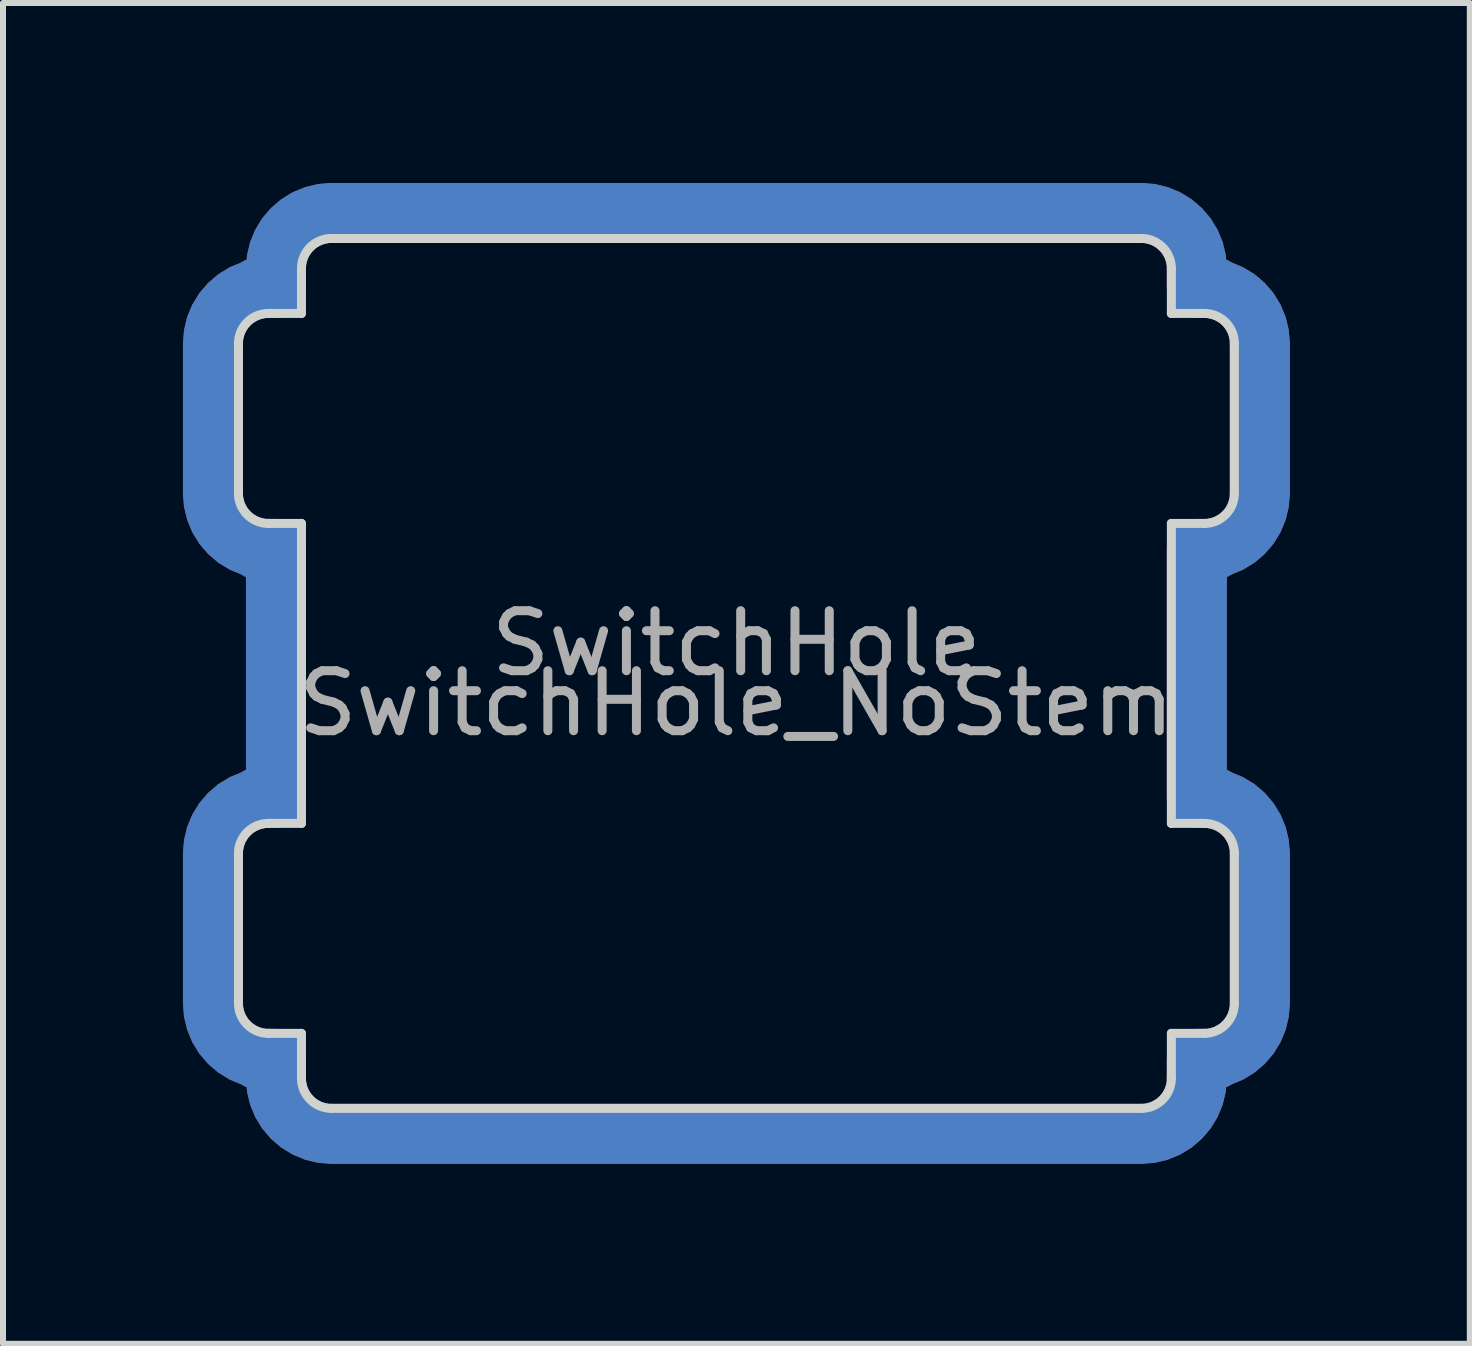
<source format=kicad_pcb>
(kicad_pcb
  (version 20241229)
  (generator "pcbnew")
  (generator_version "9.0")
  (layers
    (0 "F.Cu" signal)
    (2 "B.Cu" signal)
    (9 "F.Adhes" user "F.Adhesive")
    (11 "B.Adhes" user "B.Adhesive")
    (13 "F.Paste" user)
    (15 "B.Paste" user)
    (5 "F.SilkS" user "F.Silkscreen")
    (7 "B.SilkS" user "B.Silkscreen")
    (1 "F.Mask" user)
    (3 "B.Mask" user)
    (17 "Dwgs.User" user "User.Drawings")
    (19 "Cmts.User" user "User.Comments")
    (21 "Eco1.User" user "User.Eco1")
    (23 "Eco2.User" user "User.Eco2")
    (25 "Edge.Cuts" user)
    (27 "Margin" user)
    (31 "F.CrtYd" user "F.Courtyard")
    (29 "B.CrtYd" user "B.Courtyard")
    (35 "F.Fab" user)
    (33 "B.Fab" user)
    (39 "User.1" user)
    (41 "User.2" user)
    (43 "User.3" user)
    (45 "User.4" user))
  (footprint "SwitchHole_NoStem"
    (layer "F.Cu")
    (at 9.225 8.175)
    (property "Reference" "SwitchHole_NoStem" (at 0 0.5 0) (layer "F.Fab") (effects (font (size 1 1) (thickness 0.15))))
    (attr through_hole)
    (fp_line (start -8.3 -5.5) (end -8.3 -3) (stroke (width 0.15) (type solid)) (layer "Edge.Cuts"))
    (fp_line (start -8.3 3) (end -8.3 5.5) (stroke (width 0.15) (type solid)) (layer "Edge.Cuts"))
    (fp_line (start -7.25 -6.75) (end -7.25 -6) (stroke (width 0.15) (type solid)) (layer "Edge.Cuts"))
    (fp_line (start -7.25 -6) (end -7.8 -6) (stroke (width 0.15) (type solid)) (layer "Edge.Cuts"))
    (fp_line (start -7.25 -2.5) (end -7.8 -2.5) (stroke (width 0.15) (type solid)) (layer "Edge.Cuts"))
    (fp_line (start -7.25 -2.5) (end -7.25 2.5) (stroke (width 0.15) (type solid)) (layer "Edge.Cuts"))
    (fp_line (start -7.25 2.5) (end -7.8 2.5) (stroke (width 0.15) (type solid)) (layer "Edge.Cuts"))
    (fp_line (start -7.25 6) (end -7.8 6) (stroke (width 0.15) (type solid)) (layer "Edge.Cuts"))
    (fp_line (start -7.25 6) (end -7.25 6.75) (stroke (width 0.15) (type solid)) (layer "Edge.Cuts"))
    (fp_line (start -6.75 7.25) (end 6.75 7.25) (stroke (width 0.15) (type solid)) (layer "Edge.Cuts"))
    (fp_line (start 6.75 -7.25) (end -6.75 -7.25) (stroke (width 0.15) (type solid)) (layer "Edge.Cuts"))
    (fp_line (start 7.25 -6) (end 7.25 -6.75) (stroke (width 0.15) (type solid)) (layer "Edge.Cuts"))
    (fp_line (start 7.25 -6) (end 7.8 -6) (stroke (width 0.15) (type solid)) (layer "Edge.Cuts"))
    (fp_line (start 7.25 -2.5) (end 7.8 -2.5) (stroke (width 0.15) (type solid)) (layer "Edge.Cuts"))
    (fp_line (start 7.25 2.5) (end 7.25 -2.5) (stroke (width 0.15) (type solid)) (layer "Edge.Cuts"))
    (fp_line (start 7.25 2.5) (end 7.8 2.5) (stroke (width 0.15) (type solid)) (layer "Edge.Cuts"))
    (fp_line (start 7.25 6) (end 7.8 6) (stroke (width 0.15) (type solid)) (layer "Edge.Cuts"))
    (fp_line (start 7.25 6.75) (end 7.25 6) (stroke (width 0.15) (type solid)) (layer "Edge.Cuts"))
    (fp_line (start 8.3 -3) (end 8.3 -5.5) (stroke (width 0.15) (type solid)) (layer "Edge.Cuts"))
    (fp_line (start 8.3 5.5) (end 8.3 3) (stroke (width 0.15) (type solid)) (layer "Edge.Cuts"))
    (fp_arc (start -8.3 -5.5) (mid -8.153553 -5.853553) (end -7.8 -6) (stroke (width 0.15) (type solid)) (layer "Edge.Cuts"))
    (fp_arc (start -8.3 3) (mid -8.153553 2.646447) (end -7.8 2.5) (stroke (width 0.15) (type solid)) (layer "Edge.Cuts"))
    (fp_arc (start -7.8 -2.5) (mid -8.153553 -2.646447) (end -8.3 -3) (stroke (width 0.15) (type solid)) (layer "Edge.Cuts"))
    (fp_arc (start -7.8 6) (mid -8.153553 5.853553) (end -8.3 5.5) (stroke (width 0.15) (type solid)) (layer "Edge.Cuts"))
    (fp_arc (start -7.25 -6.75) (mid -7.103553 -7.103553) (end -6.75 -7.25) (stroke (width 0.15) (type solid)) (layer "Edge.Cuts"))
    (fp_arc (start -6.75 7.25) (mid -7.103553 7.103553) (end -7.25 6.75) (stroke (width 0.15) (type solid)) (layer "Edge.Cuts"))
    (fp_arc (start 6.75 -7.25) (mid 7.103553 -7.103553) (end 7.25 -6.75) (stroke (width 0.15) (type solid)) (layer "Edge.Cuts"))
    (fp_arc (start 7.25 6.75) (mid 7.103553 7.103553) (end 6.75 7.25) (stroke (width 0.15) (type solid)) (layer "Edge.Cuts"))
    (fp_arc (start 7.8 -6) (mid 8.153553 -5.853553) (end 8.3 -5.5) (stroke (width 0.15) (type solid)) (layer "Edge.Cuts"))
    (fp_arc (start 7.8 2.5) (mid 8.153553 2.646447) (end 8.3 3) (stroke (width 0.15) (type solid)) (layer "Edge.Cuts"))
    (fp_arc (start 8.3 -3) (mid 8.153553 -2.646447) (end 7.8 -2.5) (stroke (width 0.15) (type solid)) (layer "Edge.Cuts"))
    (fp_arc (start 8.3 5.5) (mid 8.153553 5.853553) (end 7.8 6) (stroke (width 0.15) (type solid)) (layer "Edge.Cuts"))
    (fp_text user "SwitchHole" (at 0 -0.5 0) (layer "F.Fab") (effects (font (size 1 1) (thickness 0.15))))
    (pad "1" smd custom (at -6.525 -7.675) (size 0.8 0.8) (layers "B.Cu" "B.Mask") (options (anchor circle)) (primitives (gr_arc (start 13.275 0) (mid 13.929074 0.270926) (end 14.2 0.925) (width 1)) (gr_line (start 14.2 5.6) (end 14.525 5.6) (width 1)) (gr_line (start 15.25 13.175) (end 15.25 10.675) (width 1)) (gr_arc (start 15.25 4.675) (mid 14.979074 5.329074) (end 14.325 5.6) (width 1)) (gr_arc (start 14.2 14.425) (mid 13.929074 15.079074) (end 13.275 15.35) (width 1)) (gr_line (start -1.15 14.425) (end -1.15 14.1) (width 1)) (gr_line (start 14.2 9.75) (end 14.525 9.75) (width 1)) (gr_line (start 14.2 5.6) (end 14.2 9.75) (width 1)) (gr_line (start -1.15 14.1) (end -1.475 14.1) (width 1)) (gr_line (start 13.275 0) (end -0.225 0) (width 1)) (gr_arc (start 14.325 9.75) (mid 14.979074 10.020926) (end 15.25 10.675) (width 1)) (gr_line (start 13.275 15.35) (end -0.225 15.35) (width 1)) (gr_arc (start -0.225 15.35) (mid -0.879074 15.079074) (end -1.15 14.425) (width 1)) (gr_line (start 14.2 14.1) (end 14.2 14.425) (width 1)) (gr_arc (start 14.325 1.25) (mid 14.979074 1.520926) (end 15.25 2.175) (width 1)) (gr_line (start -1.15 5.6) (end -1.475 5.6) (width 1)) (gr_arc (start -1.15 0.925) (mid -0.879074 0.270926) (end -0.225 0) (width 1)) (gr_line (start 15.25 4.675) (end 15.25 2.175) (width 1)) (gr_line (start -1.15 9.75) (end -1.15 5.6) (width 1)) (gr_arc (start -2.2 2.175) (mid -1.929074 1.520926) (end -1.275 1.25) (width 1)) (gr_line (start 14.2 1.25) (end 14.525 1.25) (width 1)) (gr_line (start -1.15 9.75) (end -1.475 9.75) (width 1)) (gr_line (start -1.15 1.25) (end -1.475 1.25) (width 1)) (gr_arc (start -1.275 14.1) (mid -1.929074 13.829074) (end -2.2 13.175) (width 1)) (gr_arc (start 15.25 13.175) (mid 14.979074 13.829074) (end 14.325 14.1) (width 1)) (gr_line (start 14.2 0.925) (end 14.2 1.25) (width 1)) (gr_line (start -2.2 2.175) (end -2.2 4.675) (width 1)) (gr_line (start 14.2 14.1) (end 14.525 14.1) (width 1)) (gr_line (start -2.2 10.675) (end -2.2 13.175) (width 1)) (gr_arc (start -1.275 5.6) (mid -1.929074 5.329074) (end -2.2 4.675) (width 1)) (gr_line (start -1.15 1.25) (end -1.15 0.925) (width 1)) (gr_arc (start -2.2 10.675) (mid -1.929074 10.020926) (end -1.275 9.75) (width 1))))
    (pad "1" smd custom (at -6.5 -7.675) (size 0.8 0.8) (layers "F.Cu" "F.Mask") (options (anchor circle)) (primitives (gr_line (start -1.175 14.1) (end -1.5 14.1) (width 1)) (gr_line (start -2.225 13.175) (end -2.225 10.675) (width 1)) (gr_line (start -1.175 5.6) (end -1.5 5.6) (width 1)) (gr_arc (start -2.225 2.175) (mid -1.954074 1.520926) (end -1.3 1.25) (width 1)) (gr_arc (start -1.3 5.6) (mid -1.954074 5.329074) (end -2.225 4.675) (width 1)) (gr_arc (start -2.225 10.675) (mid -1.954074 10.020926) (end -1.3 9.75) (width 1)) (gr_line (start -1.175 5.6) (end -1.175 9.75) (width 1)) (gr_line (start 13.25 15.35) (end -0.25 15.35) (width 1)) (gr_line (start 14.175 14.425) (end 14.175 14.1) (width 1)) (gr_line (start -1.175 9.75) (end -1.5 9.75) (width 1)) (gr_line (start -2.225 4.675) (end -2.225 2.175) (width 1)) (gr_line (start -1.175 1.25) (end -1.5 1.25) (width 1)) (gr_arc (start -1.175 0.925) (mid -0.904074 0.270926) (end -0.25 0) (width 1)) (gr_line (start -1.175 0.925) (end -1.175 1.25) (width 1)) (gr_arc (start -1.3 14.1) (mid -1.954074 13.829074) (end -2.225 13.175) (width 1)) (gr_arc (start -0.25 15.35) (mid -0.904074 15.079074) (end -1.175 14.425) (width 1)) (gr_line (start -1.175 14.1) (end -1.175 14.425) (width 1)) (gr_line (start 15.225 10.675) (end 15.225 13.175) (width 1)) (gr_line (start 13.25 0) (end -0.25 0) (width 1)) (gr_line (start 14.175 1.25) (end 14.5 1.25) (width 1)) (gr_arc (start 15.225 4.675) (mid 14.954074 5.329074) (end 14.3 5.6) (width 1)) (gr_arc (start 13.25 0) (mid 13.904074 0.270926) (end 14.175 0.925) (width 1)) (gr_line (start 14.175 14.1) (end 14.5 14.1) (width 1)) (gr_line (start 14.175 5.6) (end 14.5 5.6) (width 1)) (gr_line (start 15.225 2.175) (end 15.225 4.675) (width 1)) (gr_arc (start 14.3 1.25) (mid 14.954074 1.520926) (end 15.225 2.175) (width 1)) (gr_line (start 14.175 1.25) (end 14.175 0.925) (width 1)) (gr_arc (start 14.3 9.75) (mid 14.954074 10.020926) (end 15.225 10.675) (width 1)) (gr_line (start 14.175 9.75) (end 14.175 5.6) (width 1)) (gr_arc (start 15.225 13.175) (mid 14.954074 13.829074) (end 14.3 14.1) (width 1)) (gr_line (start 14.175 9.75) (end 14.5 9.75) (width 1)) (gr_arc (start 14.175 14.425) (mid 13.904074 15.079074) (end 13.25 15.35) (width 1)))))
  (gr_rect
    (start -3 -3)
    (end 21.45 19.35)
    (stroke (width 0.1) (type default))
    (fill no)
    (layer "Edge.Cuts")))
</source>
